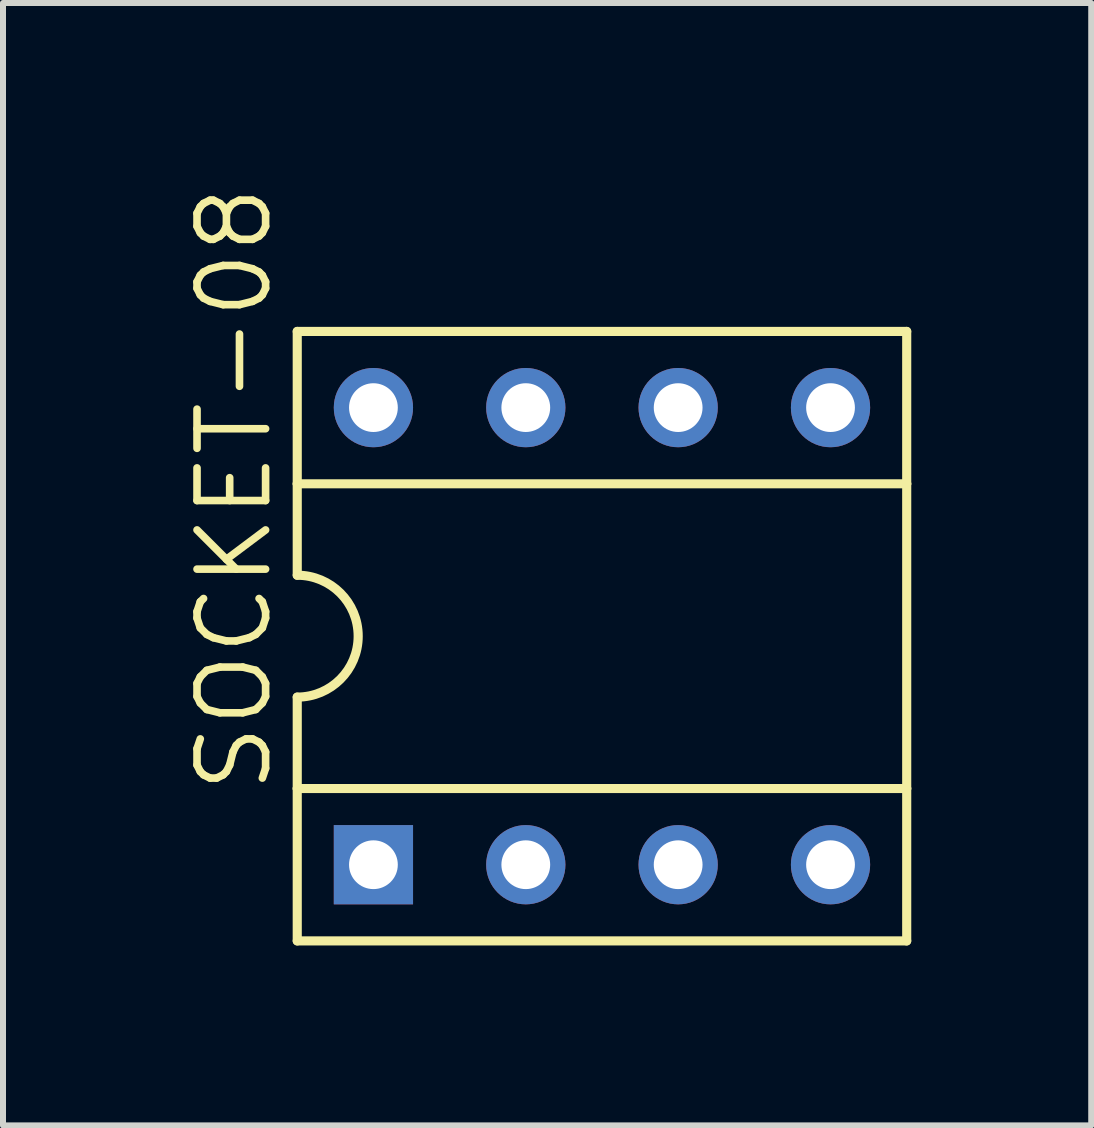
<source format=kicad_pcb>
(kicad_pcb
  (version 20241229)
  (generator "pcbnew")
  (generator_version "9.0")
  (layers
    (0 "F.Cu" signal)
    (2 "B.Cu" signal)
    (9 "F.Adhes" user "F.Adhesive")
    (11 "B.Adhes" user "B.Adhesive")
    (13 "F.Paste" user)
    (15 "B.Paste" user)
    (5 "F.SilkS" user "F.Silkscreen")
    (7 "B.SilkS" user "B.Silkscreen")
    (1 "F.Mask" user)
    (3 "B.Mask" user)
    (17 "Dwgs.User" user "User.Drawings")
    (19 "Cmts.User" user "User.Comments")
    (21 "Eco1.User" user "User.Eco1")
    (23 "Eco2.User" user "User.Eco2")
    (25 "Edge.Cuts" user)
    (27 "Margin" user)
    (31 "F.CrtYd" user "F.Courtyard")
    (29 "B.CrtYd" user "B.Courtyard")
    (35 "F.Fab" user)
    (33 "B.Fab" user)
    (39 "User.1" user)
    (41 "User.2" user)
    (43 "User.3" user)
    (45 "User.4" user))
  (footprint "SOCKET-08"
    (layer "F.Cu")
    (at 6.985 7.555)
    (property "Reference" "SOCKET-08" (at -5.461 2.667 90) (layer "F.SilkS") (effects (font (size 1.143 1.143) (thickness 0.127)) (justify left bottom)))
    (fp_line (start -5.08 -5.08) (end -5.08 -2.54) (stroke (width 0.152) (type solid)) (layer "F.SilkS"))
    (fp_line (start -5.08 -2.54) (end -5.08 -1.016) (stroke (width 0.152) (type solid)) (layer "F.SilkS"))
    (fp_line (start -5.08 -2.54) (end 5.08 -2.54) (stroke (width 0.152) (type solid)) (layer "F.SilkS"))
    (fp_line (start -5.08 2.54) (end -5.08 1.016) (stroke (width 0.152) (type solid)) (layer "F.SilkS"))
    (fp_line (start -5.08 2.54) (end 5.08 2.54) (stroke (width 0.152) (type solid)) (layer "F.SilkS"))
    (fp_line (start -5.08 5.08) (end -5.08 2.54) (stroke (width 0.152) (type solid)) (layer "F.SilkS"))
    (fp_line (start -5.08 5.08) (end 5.08 5.08) (stroke (width 0.152) (type solid)) (layer "F.SilkS"))
    (fp_line (start 5.08 -5.08) (end -5.08 -5.08) (stroke (width 0.152) (type solid)) (layer "F.SilkS"))
    (fp_line (start 5.08 -5.08) (end 5.08 -2.54) (stroke (width 0.152) (type solid)) (layer "F.SilkS"))
    (fp_line (start 5.08 -2.54) (end 5.08 2.54) (stroke (width 0.152) (type solid)) (layer "F.SilkS"))
    (fp_line (start 5.08 2.54) (end 5.08 5.08) (stroke (width 0.152) (type solid)) (layer "F.SilkS"))
    (fp_arc (start -5.08 -1.016) (mid -4.064 0) (end -5.08 1.016) (stroke (width 0.1524) (type solid)) (layer "F.SilkS"))
    (pad "1" thru_hole rect (at -3.81 3.81 90) (size 1.321 1.321) (drill 0.813) (layers "*.Cu" "*.Mask"))
    (pad "2" thru_hole circle (at -1.27 3.81 90) (size 1.321 1.321) (drill 0.813) (layers "*.Cu" "*.Mask"))
    (pad "3" thru_hole circle (at 1.27 3.81 90) (size 1.321 1.321) (drill 0.813) (layers "*.Cu" "*.Mask"))
    (pad "4" thru_hole circle (at 3.81 3.81 90) (size 1.321 1.321) (drill 0.813) (layers "*.Cu" "*.Mask"))
    (pad "5" thru_hole circle (at 3.81 -3.81 90) (size 1.321 1.321) (drill 0.813) (layers "*.Cu" "*.Mask"))
    (pad "6" thru_hole circle (at 1.27 -3.81 90) (size 1.321 1.321) (drill 0.813) (layers "*.Cu" "*.Mask"))
    (pad "7" thru_hole circle (at -1.27 -3.81 90) (size 1.321 1.321) (drill 0.813) (layers "*.Cu" "*.Mask"))
    (pad "8" thru_hole circle (at -3.81 -3.81 90) (size 1.321 1.321) (drill 0.813) (layers "*.Cu" "*.Mask")))
  (gr_rect
    (start -3 -3)
    (end 15.141 15.711)
    (stroke (width 0.1) (type default))
    (fill no)
    (layer "Edge.Cuts")))
</source>
